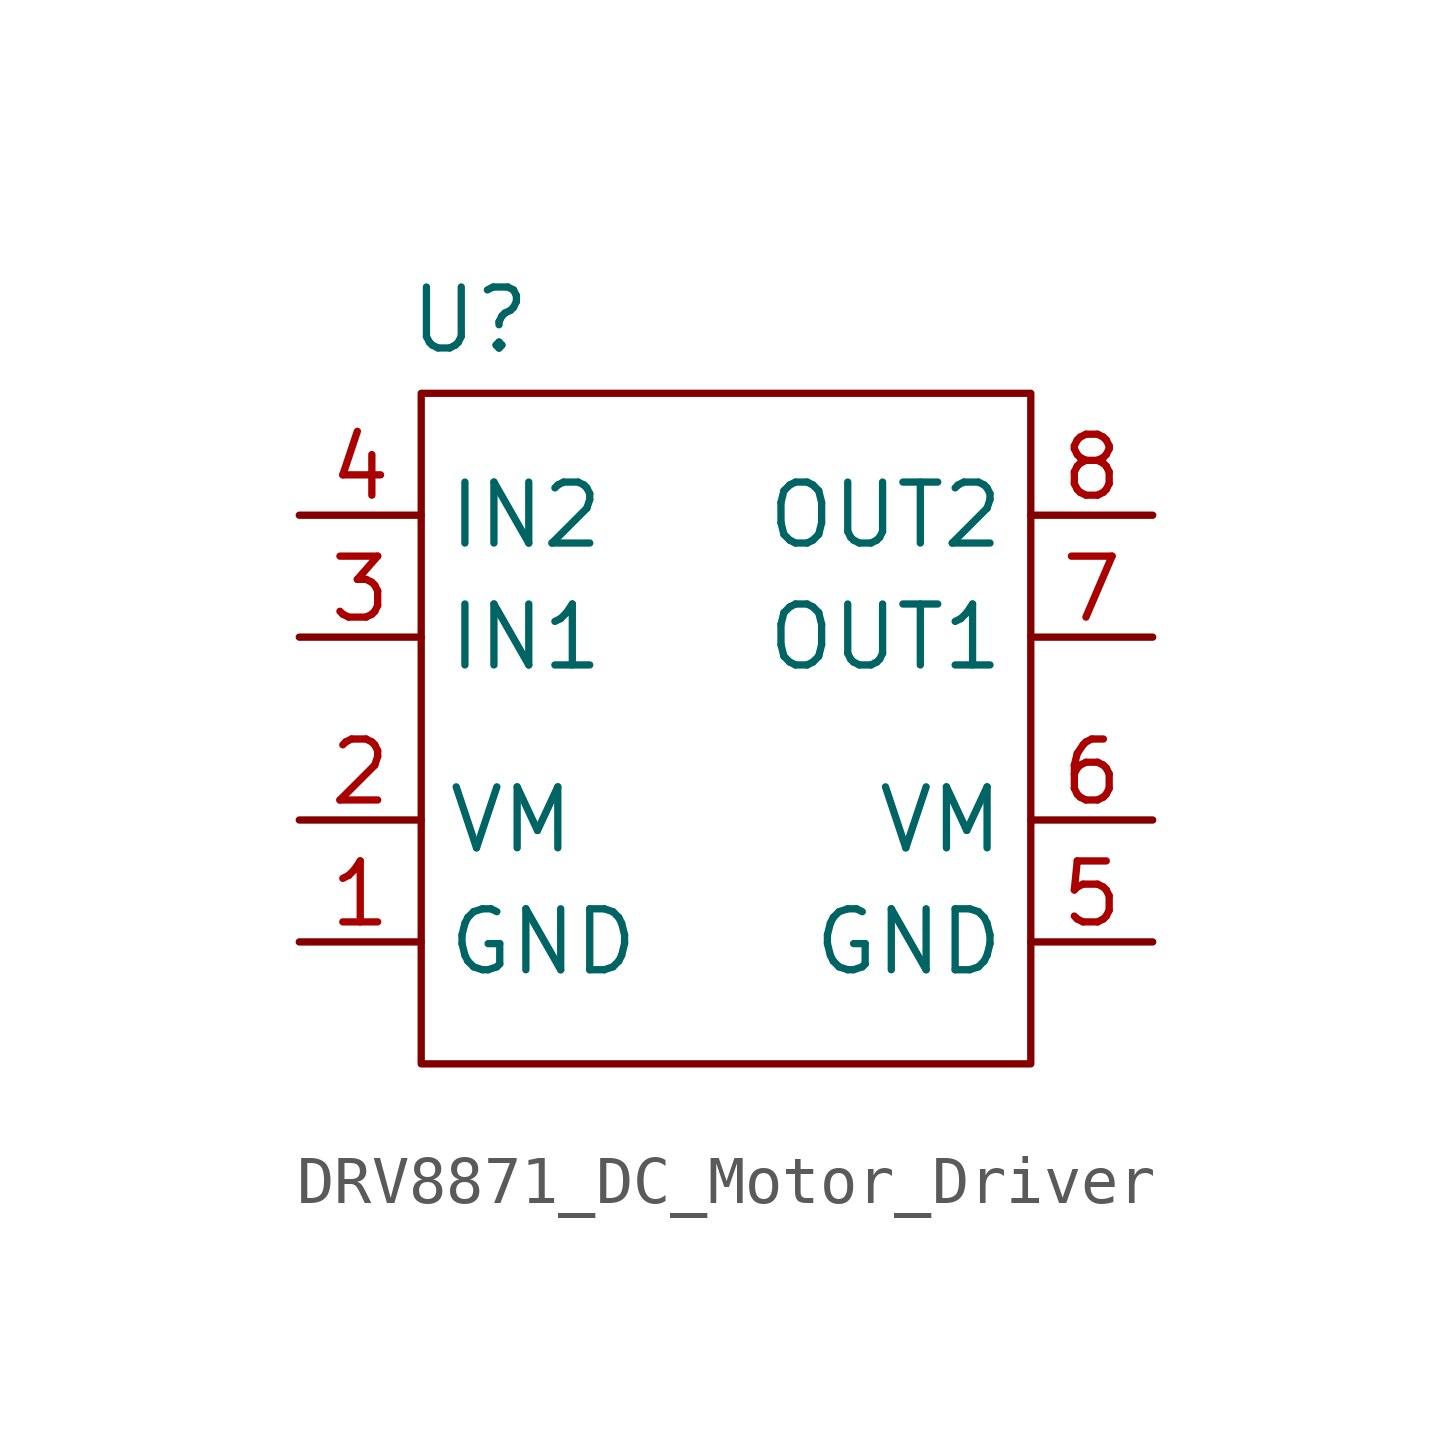
<source format=kicad_sym>
(kicad_symbol_lib
  (version 20241209)
  (generator "kicad_symbol_editor")
  (generator_version "9.0")
  (symbol "DRV8871_DC_Motor_Driver"
    (property "Reference" "U"
      (at -4.064 4.064 0)
      (effects (font (size 1.27 1.27))))
    (property "Value" ""
      (at 0 0 0)
      (effects (font (size 1.27 1.27))))
    (symbol "DRV8871_DC_Motor_Driver_0_1"
      (rectangle (start -5.08 2.54) (end 7.62 -11.43) (stroke (width 0) (type default)) (fill (type none))))
    (symbol "DRV8871_DC_Motor_Driver_1_1"
      (pin input line (at -7.62 0 0) (length 2.54) (name "IN2" (effects (font (size 1.27 1.27)))) (number "4" (effects (font (size 1.27 1.27)))))
      (pin input line (at -7.62 -2.54 0) (length 2.54) (name "IN1" (effects (font (size 1.27 1.27)))) (number "3" (effects (font (size 1.27 1.27)))))
      (pin power_in line (at -7.62 -6.35 0) (length 2.54) (name "VM" (effects (font (size 1.27 1.27)))) (number "2" (effects (font (size 1.27 1.27)))))
      (pin power_in line (at -7.62 -8.89 0) (length 2.54) (name "GND" (effects (font (size 1.27 1.27)))) (number "1" (effects (font (size 1.27 1.27)))))
      (pin power_out line (at 10.16 0 180) (length 2.54) (name "OUT2" (effects (font (size 1.27 1.27)))) (number "8" (effects (font (size 1.27 1.27)))))
      (pin power_out line (at 10.16 -2.54 180) (length 2.54) (name "OUT1" (effects (font (size 1.27 1.27)))) (number "7" (effects (font (size 1.27 1.27)))))
      (pin passive line (at 10.16 -6.35 180) (length 2.54) (name "VM" (effects (font (size 1.27 1.27)))) (number "6" (effects (font (size 1.27 1.27)))))
      (pin power_in line (at 10.16 -8.89 180) (length 2.54) (name "GND" (effects (font (size 1.27 1.27)))) (number "5" (effects (font (size 1.27 1.27))))))))
</source>
